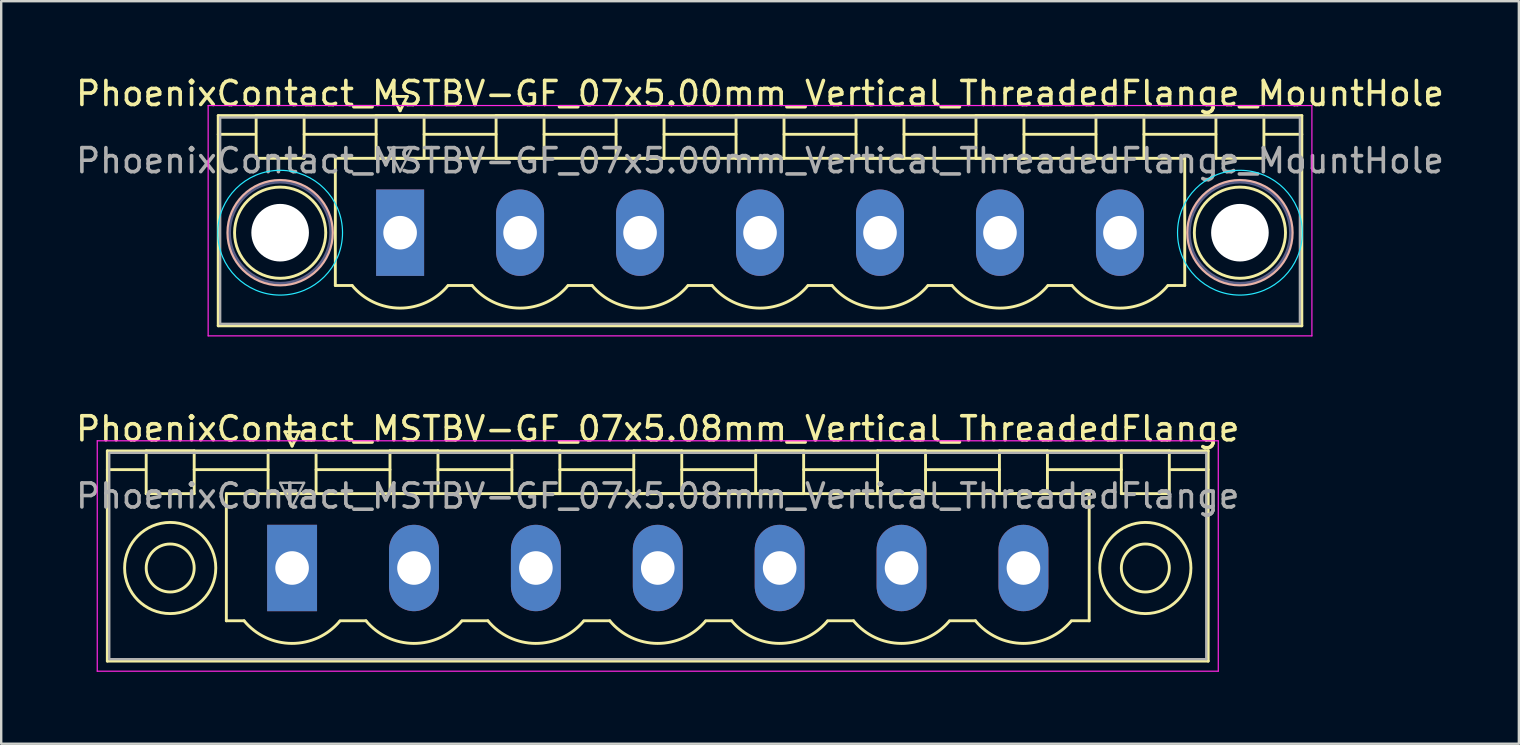
<source format=kicad_pcb>
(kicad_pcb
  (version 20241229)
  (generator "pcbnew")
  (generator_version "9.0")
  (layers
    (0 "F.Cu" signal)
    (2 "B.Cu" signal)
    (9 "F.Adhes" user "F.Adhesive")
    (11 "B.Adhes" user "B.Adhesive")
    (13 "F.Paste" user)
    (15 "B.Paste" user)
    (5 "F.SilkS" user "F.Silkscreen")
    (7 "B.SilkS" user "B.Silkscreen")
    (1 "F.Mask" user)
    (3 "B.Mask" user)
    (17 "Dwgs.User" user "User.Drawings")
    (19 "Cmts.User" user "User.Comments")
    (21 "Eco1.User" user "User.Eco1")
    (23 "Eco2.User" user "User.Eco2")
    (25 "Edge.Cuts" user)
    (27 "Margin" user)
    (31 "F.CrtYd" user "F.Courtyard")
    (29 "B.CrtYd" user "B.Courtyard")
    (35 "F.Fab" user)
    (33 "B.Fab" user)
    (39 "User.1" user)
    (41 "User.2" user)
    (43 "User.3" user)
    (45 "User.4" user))
  (footprint "PhoenixContact_MSTBV-GF_07x5.08mm_Vertical_ThreadedFlange"
    (layer "F.Cu")
    (at 9.123 20.622)
    (property "Reference" "PhoenixContact_MSTBV-GF_07x5.08mm_Vertical_ThreadedFlange" (at 15.24 -5.8 0) (layer "F.SilkS") (effects (font (size 1 1) (thickness 0.15))))
    (attr through_hole)
    (fp_line (start -7.7 -4.88) (end -7.7 3.88) (stroke (width 0.12) (type solid)) (layer "F.SilkS"))
    (fp_line (start -7.7 -4.1) (end -6.16 -4.1) (stroke (width 0.12) (type solid)) (layer "F.SilkS"))
    (fp_line (start -7.7 3.88) (end 38.18 3.88) (stroke (width 0.12) (type solid)) (layer "F.SilkS"))
    (fp_line (start -6.08 -4.88) (end -4.08 -4.88) (stroke (width 0.12) (type solid)) (layer "F.SilkS"))
    (fp_line (start -6.08 -3.1) (end -6.08 -4.88) (stroke (width 0.12) (type solid)) (layer "F.SilkS"))
    (fp_line (start -4.08 -4.88) (end -4.08 -3.1) (stroke (width 0.12) (type solid)) (layer "F.SilkS"))
    (fp_line (start -4.08 -4.1) (end -1 -4.1) (stroke (width 0.12) (type solid)) (layer "F.SilkS"))
    (fp_line (start -4.08 -3.1) (end -6.08 -3.1) (stroke (width 0.12) (type solid)) (layer "F.SilkS"))
    (fp_line (start -2.74 -3.1) (end 33.22 -3.1) (stroke (width 0.12) (type solid)) (layer "F.SilkS"))
    (fp_line (start -2.74 2.2) (end -2.74 -3.1) (stroke (width 0.12) (type solid)) (layer "F.SilkS"))
    (fp_line (start -2 2.2) (end -2.74 2.2) (stroke (width 0.12) (type solid)) (layer "F.SilkS"))
    (fp_line (start -1 -4.88) (end 1 -4.88) (stroke (width 0.12) (type solid)) (layer "F.SilkS"))
    (fp_line (start -1 -3.1) (end -1 -4.88) (stroke (width 0.12) (type solid)) (layer "F.SilkS"))
    (fp_line (start -0.3 -5.68) (end 0.3 -5.68) (stroke (width 0.12) (type solid)) (layer "F.SilkS"))
    (fp_line (start 0 -5.08) (end -0.3 -5.68) (stroke (width 0.12) (type solid)) (layer "F.SilkS"))
    (fp_line (start 0.3 -5.68) (end 0 -5.08) (stroke (width 0.12) (type solid)) (layer "F.SilkS"))
    (fp_line (start 1 -4.88) (end 1 -3.1) (stroke (width 0.12) (type solid)) (layer "F.SilkS"))
    (fp_line (start 1 -4.1) (end 4.08 -4.1) (stroke (width 0.12) (type solid)) (layer "F.SilkS"))
    (fp_line (start 1 -3.1) (end -1 -3.1) (stroke (width 0.12) (type solid)) (layer "F.SilkS"))
    (fp_line (start 2 2.2) (end 3.08 2.2) (stroke (width 0.12) (type solid)) (layer "F.SilkS"))
    (fp_line (start 4.08 -4.88) (end 6.08 -4.88) (stroke (width 0.12) (type solid)) (layer "F.SilkS"))
    (fp_line (start 4.08 -3.1) (end 4.08 -4.88) (stroke (width 0.12) (type solid)) (layer "F.SilkS"))
    (fp_line (start 6.08 -4.88) (end 6.08 -3.1) (stroke (width 0.12) (type solid)) (layer "F.SilkS"))
    (fp_line (start 6.08 -4.1) (end 9.16 -4.1) (stroke (width 0.12) (type solid)) (layer "F.SilkS"))
    (fp_line (start 6.08 -3.1) (end 4.08 -3.1) (stroke (width 0.12) (type solid)) (layer "F.SilkS"))
    (fp_line (start 7.08 2.2) (end 8.16 2.2) (stroke (width 0.12) (type solid)) (layer "F.SilkS"))
    (fp_line (start 9.16 -4.88) (end 11.16 -4.88) (stroke (width 0.12) (type solid)) (layer "F.SilkS"))
    (fp_line (start 9.16 -3.1) (end 9.16 -4.88) (stroke (width 0.12) (type solid)) (layer "F.SilkS"))
    (fp_line (start 11.16 -4.88) (end 11.16 -3.1) (stroke (width 0.12) (type solid)) (layer "F.SilkS"))
    (fp_line (start 11.16 -4.1) (end 14.24 -4.1) (stroke (width 0.12) (type solid)) (layer "F.SilkS"))
    (fp_line (start 11.16 -3.1) (end 9.16 -3.1) (stroke (width 0.12) (type solid)) (layer "F.SilkS"))
    (fp_line (start 12.16 2.2) (end 13.24 2.2) (stroke (width 0.12) (type solid)) (layer "F.SilkS"))
    (fp_line (start 14.24 -4.88) (end 16.24 -4.88) (stroke (width 0.12) (type solid)) (layer "F.SilkS"))
    (fp_line (start 14.24 -3.1) (end 14.24 -4.88) (stroke (width 0.12) (type solid)) (layer "F.SilkS"))
    (fp_line (start 16.24 -4.88) (end 16.24 -3.1) (stroke (width 0.12) (type solid)) (layer "F.SilkS"))
    (fp_line (start 16.24 -4.1) (end 19.32 -4.1) (stroke (width 0.12) (type solid)) (layer "F.SilkS"))
    (fp_line (start 16.24 -3.1) (end 14.24 -3.1) (stroke (width 0.12) (type solid)) (layer "F.SilkS"))
    (fp_line (start 17.24 2.2) (end 18.32 2.2) (stroke (width 0.12) (type solid)) (layer "F.SilkS"))
    (fp_line (start 19.32 -4.88) (end 21.32 -4.88) (stroke (width 0.12) (type solid)) (layer "F.SilkS"))
    (fp_line (start 19.32 -3.1) (end 19.32 -4.88) (stroke (width 0.12) (type solid)) (layer "F.SilkS"))
    (fp_line (start 21.32 -4.88) (end 21.32 -3.1) (stroke (width 0.12) (type solid)) (layer "F.SilkS"))
    (fp_line (start 21.32 -4.1) (end 24.4 -4.1) (stroke (width 0.12) (type solid)) (layer "F.SilkS"))
    (fp_line (start 21.32 -3.1) (end 19.32 -3.1) (stroke (width 0.12) (type solid)) (layer "F.SilkS"))
    (fp_line (start 22.32 2.2) (end 23.4 2.2) (stroke (width 0.12) (type solid)) (layer "F.SilkS"))
    (fp_line (start 24.4 -4.88) (end 26.4 -4.88) (stroke (width 0.12) (type solid)) (layer "F.SilkS"))
    (fp_line (start 24.4 -3.1) (end 24.4 -4.88) (stroke (width 0.12) (type solid)) (layer "F.SilkS"))
    (fp_line (start 26.4 -4.88) (end 26.4 -3.1) (stroke (width 0.12) (type solid)) (layer "F.SilkS"))
    (fp_line (start 26.4 -4.1) (end 29.48 -4.1) (stroke (width 0.12) (type solid)) (layer "F.SilkS"))
    (fp_line (start 26.4 -3.1) (end 24.4 -3.1) (stroke (width 0.12) (type solid)) (layer "F.SilkS"))
    (fp_line (start 27.4 2.2) (end 28.48 2.2) (stroke (width 0.12) (type solid)) (layer "F.SilkS"))
    (fp_line (start 29.48 -4.88) (end 31.48 -4.88) (stroke (width 0.12) (type solid)) (layer "F.SilkS"))
    (fp_line (start 29.48 -3.1) (end 29.48 -4.88) (stroke (width 0.12) (type solid)) (layer "F.SilkS"))
    (fp_line (start 31.48 -4.88) (end 31.48 -3.1) (stroke (width 0.12) (type solid)) (layer "F.SilkS"))
    (fp_line (start 31.48 -4.1) (end 34.56 -4.1) (stroke (width 0.12) (type solid)) (layer "F.SilkS"))
    (fp_line (start 31.48 -3.1) (end 29.48 -3.1) (stroke (width 0.12) (type solid)) (layer "F.SilkS"))
    (fp_line (start 33.22 -3.1) (end 33.22 2.2) (stroke (width 0.12) (type solid)) (layer "F.SilkS"))
    (fp_line (start 33.22 2.2) (end 32.48 2.2) (stroke (width 0.12) (type solid)) (layer "F.SilkS"))
    (fp_line (start 34.56 -4.88) (end 36.56 -4.88) (stroke (width 0.12) (type solid)) (layer "F.SilkS"))
    (fp_line (start 34.56 -3.1) (end 34.56 -4.88) (stroke (width 0.12) (type solid)) (layer "F.SilkS"))
    (fp_line (start 36.56 -4.88) (end 36.56 -3.1) (stroke (width 0.12) (type solid)) (layer "F.SilkS"))
    (fp_line (start 36.56 -3.1) (end 34.56 -3.1) (stroke (width 0.12) (type solid)) (layer "F.SilkS"))
    (fp_line (start 38.18 -4.88) (end -7.7 -4.88) (stroke (width 0.12) (type solid)) (layer "F.SilkS"))
    (fp_line (start 38.18 -4.1) (end 36.64 -4.1) (stroke (width 0.12) (type solid)) (layer "F.SilkS"))
    (fp_line (start 38.18 3.88) (end 38.18 -4.88) (stroke (width 0.12) (type solid)) (layer "F.SilkS"))
    (fp_arc (start 1.986842 2.215821) (mid -0.010289 3.142758) (end -2 2.2) (stroke (width 0.12) (type solid)) (layer "F.SilkS"))
    (fp_arc (start 7.066842 2.215821) (mid 5.069711 3.142758) (end 3.08 2.2) (stroke (width 0.12) (type solid)) (layer "F.SilkS"))
    (fp_arc (start 12.146842 2.215821) (mid 10.149711 3.142758) (end 8.16 2.2) (stroke (width 0.12) (type solid)) (layer "F.SilkS"))
    (fp_arc (start 17.226842 2.215821) (mid 15.229711 3.142758) (end 13.24 2.2) (stroke (width 0.12) (type solid)) (layer "F.SilkS"))
    (fp_arc (start 22.306842 2.215821) (mid 20.309711 3.142758) (end 18.32 2.2) (stroke (width 0.12) (type solid)) (layer "F.SilkS"))
    (fp_arc (start 27.386842 2.215821) (mid 25.389711 3.142758) (end 23.4 2.2) (stroke (width 0.12) (type solid)) (layer "F.SilkS"))
    (fp_arc (start 32.466842 2.215821) (mid 30.469711 3.142758) (end 28.48 2.2) (stroke (width 0.12) (type solid)) (layer "F.SilkS"))
    (fp_circle (center -5.08 0) (end -4.08 0) (stroke (width 0.12) (type solid)) (fill no) (layer "F.SilkS"))
    (fp_circle (center -5.08 0) (end -3.18 0) (stroke (width 0.12) (type solid)) (fill no) (layer "F.SilkS"))
    (fp_circle (center 35.56 0) (end 36.56 0) (stroke (width 0.12) (type solid)) (fill no) (layer "F.SilkS"))
    (fp_circle (center 35.56 0) (end 37.46 0) (stroke (width 0.12) (type solid)) (fill no) (layer "F.SilkS"))
    (fp_line (start -8.12 -5.3) (end -8.12 4.3) (stroke (width 0.05) (type solid)) (layer "F.CrtYd"))
    (fp_line (start -8.12 4.3) (end 38.6 4.3) (stroke (width 0.05) (type solid)) (layer "F.CrtYd"))
    (fp_line (start 38.6 -5.3) (end -8.12 -5.3) (stroke (width 0.05) (type solid)) (layer "F.CrtYd"))
    (fp_line (start 38.6 4.3) (end 38.6 -5.3) (stroke (width 0.05) (type solid)) (layer "F.CrtYd"))
    (fp_line (start -7.62 -4.8) (end -7.62 3.8) (stroke (width 0.1) (type solid)) (layer "F.Fab"))
    (fp_line (start -7.62 3.8) (end 38.1 3.8) (stroke (width 0.1) (type solid)) (layer "F.Fab"))
    (fp_line (start -0.5 -3.55) (end 0.5 -3.55) (stroke (width 0.1) (type solid)) (layer "F.Fab"))
    (fp_line (start 0 -2.55) (end -0.5 -3.55) (stroke (width 0.1) (type solid)) (layer "F.Fab"))
    (fp_line (start 0.5 -3.55) (end 0 -2.55) (stroke (width 0.1) (type solid)) (layer "F.Fab"))
    (fp_line (start 38.1 -4.8) (end -7.62 -4.8) (stroke (width 0.1) (type solid)) (layer "F.Fab"))
    (fp_line (start 38.1 3.8) (end 38.1 -4.8) (stroke (width 0.1) (type solid)) (layer "F.Fab"))
    (fp_text user "${REFERENCE}" (at 15.24 -3 0) (layer "F.Fab") (effects (font (size 1 1) (thickness 0.15))))
    (pad "1" thru_hole rect (at 0 0) (size 2.08 3.6) (drill 1.4) (layers "*.Cu" "*.Mask"))
    (pad "2" thru_hole oval (at 5.08 0) (size 2.08 3.6) (drill 1.4) (layers "*.Cu" "*.Mask"))
    (pad "3" thru_hole oval (at 10.16 0) (size 2.08 3.6) (drill 1.4) (layers "*.Cu" "*.Mask"))
    (pad "4" thru_hole oval (at 15.24 0) (size 2.08 3.6) (drill 1.4) (layers "*.Cu" "*.Mask"))
    (pad "5" thru_hole oval (at 20.32 0) (size 2.08 3.6) (drill 1.4) (layers "*.Cu" "*.Mask"))
    (pad "6" thru_hole oval (at 25.4 0) (size 2.08 3.6) (drill 1.4) (layers "*.Cu" "*.Mask"))
    (pad "7" thru_hole oval (at 30.48 0) (size 2.08 3.6) (drill 1.4) (layers "*.Cu" "*.Mask")))
  (footprint "PhoenixContact_MSTBV-GF_07x5.00mm_Vertical_ThreadedFlange_MountHole"
    (layer "F.Cu")
    (at 13.625 6.648)
    (property "Reference" "PhoenixContact_MSTBV-GF_07x5.00mm_Vertical_ThreadedFlange_MountHole" (at 15 -5.8 0) (layer "F.SilkS") (effects (font (size 1 1) (thickness 0.15))))
    (attr through_hole)
    (fp_line (start -7.58 -4.88) (end -7.58 3.88) (stroke (width 0.12) (type solid)) (layer "F.SilkS"))
    (fp_line (start -7.58 -4.1) (end -6.08 -4.1) (stroke (width 0.12) (type solid)) (layer "F.SilkS"))
    (fp_line (start -7.58 3.88) (end 37.58 3.88) (stroke (width 0.12) (type solid)) (layer "F.SilkS"))
    (fp_line (start -6 -4.88) (end -4 -4.88) (stroke (width 0.12) (type solid)) (layer "F.SilkS"))
    (fp_line (start -6 -3.1) (end -6 -4.88) (stroke (width 0.12) (type solid)) (layer "F.SilkS"))
    (fp_line (start -4 -4.88) (end -4 -3.1) (stroke (width 0.12) (type solid)) (layer "F.SilkS"))
    (fp_line (start -4 -4.1) (end -1 -4.1) (stroke (width 0.12) (type solid)) (layer "F.SilkS"))
    (fp_line (start -4 -3.1) (end -6 -3.1) (stroke (width 0.12) (type solid)) (layer "F.SilkS"))
    (fp_line (start -2.7 -3.1) (end 32.7 -3.1) (stroke (width 0.12) (type solid)) (layer "F.SilkS"))
    (fp_line (start -2.7 2.2) (end -2.7 -3.1) (stroke (width 0.12) (type solid)) (layer "F.SilkS"))
    (fp_line (start -2 2.2) (end -2.7 2.2) (stroke (width 0.12) (type solid)) (layer "F.SilkS"))
    (fp_line (start -1 -4.88) (end 1 -4.88) (stroke (width 0.12) (type solid)) (layer "F.SilkS"))
    (fp_line (start -1 -3.1) (end -1 -4.88) (stroke (width 0.12) (type solid)) (layer "F.SilkS"))
    (fp_line (start -0.3 -5.68) (end 0.3 -5.68) (stroke (width 0.12) (type solid)) (layer "F.SilkS"))
    (fp_line (start 0 -5.08) (end -0.3 -5.68) (stroke (width 0.12) (type solid)) (layer "F.SilkS"))
    (fp_line (start 0.3 -5.68) (end 0 -5.08) (stroke (width 0.12) (type solid)) (layer "F.SilkS"))
    (fp_line (start 1 -4.88) (end 1 -3.1) (stroke (width 0.12) (type solid)) (layer "F.SilkS"))
    (fp_line (start 1 -4.1) (end 4 -4.1) (stroke (width 0.12) (type solid)) (layer "F.SilkS"))
    (fp_line (start 1 -3.1) (end -1 -3.1) (stroke (width 0.12) (type solid)) (layer "F.SilkS"))
    (fp_line (start 2 2.2) (end 3 2.2) (stroke (width 0.12) (type solid)) (layer "F.SilkS"))
    (fp_line (start 4 -4.88) (end 6 -4.88) (stroke (width 0.12) (type solid)) (layer "F.SilkS"))
    (fp_line (start 4 -3.1) (end 4 -4.88) (stroke (width 0.12) (type solid)) (layer "F.SilkS"))
    (fp_line (start 6 -4.88) (end 6 -3.1) (stroke (width 0.12) (type solid)) (layer "F.SilkS"))
    (fp_line (start 6 -4.1) (end 9 -4.1) (stroke (width 0.12) (type solid)) (layer "F.SilkS"))
    (fp_line (start 6 -3.1) (end 4 -3.1) (stroke (width 0.12) (type solid)) (layer "F.SilkS"))
    (fp_line (start 7 2.2) (end 8 2.2) (stroke (width 0.12) (type solid)) (layer "F.SilkS"))
    (fp_line (start 9 -4.88) (end 11 -4.88) (stroke (width 0.12) (type solid)) (layer "F.SilkS"))
    (fp_line (start 9 -3.1) (end 9 -4.88) (stroke (width 0.12) (type solid)) (layer "F.SilkS"))
    (fp_line (start 11 -4.88) (end 11 -3.1) (stroke (width 0.12) (type solid)) (layer "F.SilkS"))
    (fp_line (start 11 -4.1) (end 14 -4.1) (stroke (width 0.12) (type solid)) (layer "F.SilkS"))
    (fp_line (start 11 -3.1) (end 9 -3.1) (stroke (width 0.12) (type solid)) (layer "F.SilkS"))
    (fp_line (start 12 2.2) (end 13 2.2) (stroke (width 0.12) (type solid)) (layer "F.SilkS"))
    (fp_line (start 14 -4.88) (end 16 -4.88) (stroke (width 0.12) (type solid)) (layer "F.SilkS"))
    (fp_line (start 14 -3.1) (end 14 -4.88) (stroke (width 0.12) (type solid)) (layer "F.SilkS"))
    (fp_line (start 16 -4.88) (end 16 -3.1) (stroke (width 0.12) (type solid)) (layer "F.SilkS"))
    (fp_line (start 16 -4.1) (end 19 -4.1) (stroke (width 0.12) (type solid)) (layer "F.SilkS"))
    (fp_line (start 16 -3.1) (end 14 -3.1) (stroke (width 0.12) (type solid)) (layer "F.SilkS"))
    (fp_line (start 17 2.2) (end 18 2.2) (stroke (width 0.12) (type solid)) (layer "F.SilkS"))
    (fp_line (start 19 -4.88) (end 21 -4.88) (stroke (width 0.12) (type solid)) (layer "F.SilkS"))
    (fp_line (start 19 -3.1) (end 19 -4.88) (stroke (width 0.12) (type solid)) (layer "F.SilkS"))
    (fp_line (start 21 -4.88) (end 21 -3.1) (stroke (width 0.12) (type solid)) (layer "F.SilkS"))
    (fp_line (start 21 -4.1) (end 24 -4.1) (stroke (width 0.12) (type solid)) (layer "F.SilkS"))
    (fp_line (start 21 -3.1) (end 19 -3.1) (stroke (width 0.12) (type solid)) (layer "F.SilkS"))
    (fp_line (start 22 2.2) (end 23 2.2) (stroke (width 0.12) (type solid)) (layer "F.SilkS"))
    (fp_line (start 24 -4.88) (end 26 -4.88) (stroke (width 0.12) (type solid)) (layer "F.SilkS"))
    (fp_line (start 24 -3.1) (end 24 -4.88) (stroke (width 0.12) (type solid)) (layer "F.SilkS"))
    (fp_line (start 26 -4.88) (end 26 -3.1) (stroke (width 0.12) (type solid)) (layer "F.SilkS"))
    (fp_line (start 26 -4.1) (end 29 -4.1) (stroke (width 0.12) (type solid)) (layer "F.SilkS"))
    (fp_line (start 26 -3.1) (end 24 -3.1) (stroke (width 0.12) (type solid)) (layer "F.SilkS"))
    (fp_line (start 27 2.2) (end 28 2.2) (stroke (width 0.12) (type solid)) (layer "F.SilkS"))
    (fp_line (start 29 -4.88) (end 31 -4.88) (stroke (width 0.12) (type solid)) (layer "F.SilkS"))
    (fp_line (start 29 -3.1) (end 29 -4.88) (stroke (width 0.12) (type solid)) (layer "F.SilkS"))
    (fp_line (start 31 -4.88) (end 31 -3.1) (stroke (width 0.12) (type solid)) (layer "F.SilkS"))
    (fp_line (start 31 -4.1) (end 34 -4.1) (stroke (width 0.12) (type solid)) (layer "F.SilkS"))
    (fp_line (start 31 -3.1) (end 29 -3.1) (stroke (width 0.12) (type solid)) (layer "F.SilkS"))
    (fp_line (start 32.7 -3.1) (end 32.7 2.2) (stroke (width 0.12) (type solid)) (layer "F.SilkS"))
    (fp_line (start 32.7 2.2) (end 32 2.2) (stroke (width 0.12) (type solid)) (layer "F.SilkS"))
    (fp_line (start 34 -4.88) (end 36 -4.88) (stroke (width 0.12) (type solid)) (layer "F.SilkS"))
    (fp_line (start 34 -3.1) (end 34 -4.88) (stroke (width 0.12) (type solid)) (layer "F.SilkS"))
    (fp_line (start 36 -4.88) (end 36 -3.1) (stroke (width 0.12) (type solid)) (layer "F.SilkS"))
    (fp_line (start 36 -3.1) (end 34 -3.1) (stroke (width 0.12) (type solid)) (layer "F.SilkS"))
    (fp_line (start 37.58 -4.88) (end -7.58 -4.88) (stroke (width 0.12) (type solid)) (layer "F.SilkS"))
    (fp_line (start 37.58 -4.1) (end 36.08 -4.1) (stroke (width 0.12) (type solid)) (layer "F.SilkS"))
    (fp_line (start 37.58 3.88) (end 37.58 -4.88) (stroke (width 0.12) (type solid)) (layer "F.SilkS"))
    (fp_arc (start 1.986842 2.215821) (mid -0.010289 3.142758) (end -2 2.2) (stroke (width 0.12) (type solid)) (layer "F.SilkS"))
    (fp_arc (start 6.986842 2.215821) (mid 4.989711 3.142758) (end 3 2.2) (stroke (width 0.12) (type solid)) (layer "F.SilkS"))
    (fp_arc (start 11.986842 2.215821) (mid 9.989711 3.142758) (end 8 2.2) (stroke (width 0.12) (type solid)) (layer "F.SilkS"))
    (fp_arc (start 16.986842 2.215821) (mid 14.989711 3.142758) (end 13 2.2) (stroke (width 0.12) (type solid)) (layer "F.SilkS"))
    (fp_arc (start 21.986842 2.215821) (mid 19.989711 3.142758) (end 18 2.2) (stroke (width 0.12) (type solid)) (layer "F.SilkS"))
    (fp_arc (start 26.986842 2.215821) (mid 24.989711 3.142758) (end 23 2.2) (stroke (width 0.12) (type solid)) (layer "F.SilkS"))
    (fp_arc (start 31.986842 2.215821) (mid 29.989711 3.142758) (end 28 2.2) (stroke (width 0.12) (type solid)) (layer "F.SilkS"))
    (fp_circle (center -5 0) (end -3.1 0) (stroke (width 0.12) (type solid)) (fill no) (layer "F.SilkS"))
    (fp_circle (center 35 0) (end 36.9 0) (stroke (width 0.12) (type solid)) (fill no) (layer "F.SilkS"))
    (fp_circle (center -5 0) (end -2.82 0) (stroke (width 0.12) (type solid)) (fill no) (layer "B.SilkS"))
    (fp_circle (center 35 0) (end 37.18 0) (stroke (width 0.12) (type solid)) (fill no) (layer "B.SilkS"))
    (fp_circle (center -5 0) (end -2.4 0) (stroke (width 0.05) (type solid)) (fill no) (layer "B.CrtYd"))
    (fp_circle (center 35 0) (end 37.6 0) (stroke (width 0.05) (type solid)) (fill no) (layer "B.CrtYd"))
    (fp_line (start -8 -5.3) (end -8 4.3) (stroke (width 0.05) (type solid)) (layer "F.CrtYd"))
    (fp_line (start -8 4.3) (end 38 4.3) (stroke (width 0.05) (type solid)) (layer "F.CrtYd"))
    (fp_line (start 38 -5.3) (end -8 -5.3) (stroke (width 0.05) (type solid)) (layer "F.CrtYd"))
    (fp_line (start 38 4.3) (end 38 -5.3) (stroke (width 0.05) (type solid)) (layer "F.CrtYd"))
    (fp_circle (center -5 0) (end -2.9 0) (stroke (width 0.1) (type solid)) (fill no) (layer "B.Fab"))
    (fp_circle (center 35 0) (end 37.1 0) (stroke (width 0.1) (type solid)) (fill no) (layer "B.Fab"))
    (fp_line (start -7.5 -4.8) (end -7.5 3.8) (stroke (width 0.1) (type solid)) (layer "F.Fab"))
    (fp_line (start -7.5 3.8) (end 37.5 3.8) (stroke (width 0.1) (type solid)) (layer "F.Fab"))
    (fp_line (start -0.5 -3.55) (end 0.5 -3.55) (stroke (width 0.1) (type solid)) (layer "F.Fab"))
    (fp_line (start 0 -2.55) (end -0.5 -3.55) (stroke (width 0.1) (type solid)) (layer "F.Fab"))
    (fp_line (start 0.5 -3.55) (end 0 -2.55) (stroke (width 0.1) (type solid)) (layer "F.Fab"))
    (fp_line (start 37.5 -4.8) (end -7.5 -4.8) (stroke (width 0.1) (type solid)) (layer "F.Fab"))
    (fp_line (start 37.5 3.8) (end 37.5 -4.8) (stroke (width 0.1) (type solid)) (layer "F.Fab"))
    (fp_text user "${REFERENCE}" (at 15 -3 0) (layer "F.Fab") (effects (font (size 1 1) (thickness 0.15))))
    (pad "" np_thru_hole circle (at -5 0) (size 2.4 2.4) (drill 2.4) (layers "*.Cu" "*.Mask"))
    (pad "" np_thru_hole circle (at 35 0) (size 2.4 2.4) (drill 2.4) (layers "*.Cu" "*.Mask"))
    (pad "1" thru_hole rect (at 0 0) (size 2 3.6) (drill 1.4) (layers "*.Cu" "*.Mask"))
    (pad "2" thru_hole oval (at 5 0) (size 2 3.6) (drill 1.4) (layers "*.Cu" "*.Mask"))
    (pad "3" thru_hole oval (at 10 0) (size 2 3.6) (drill 1.4) (layers "*.Cu" "*.Mask"))
    (pad "4" thru_hole oval (at 15 0) (size 2 3.6) (drill 1.4) (layers "*.Cu" "*.Mask"))
    (pad "5" thru_hole oval (at 20 0) (size 2 3.6) (drill 1.4) (layers "*.Cu" "*.Mask"))
    (pad "6" thru_hole oval (at 25 0) (size 2 3.6) (drill 1.4) (layers "*.Cu" "*.Mask"))
    (pad "7" thru_hole oval (at 30 0) (size 2 3.6) (drill 1.4) (layers "*.Cu" "*.Mask")))
  (gr_rect
    (start -3 -3)
    (end 60.25 27.947)
    (stroke (width 0.1) (type default))
    (fill no)
    (layer "Edge.Cuts")))
</source>
